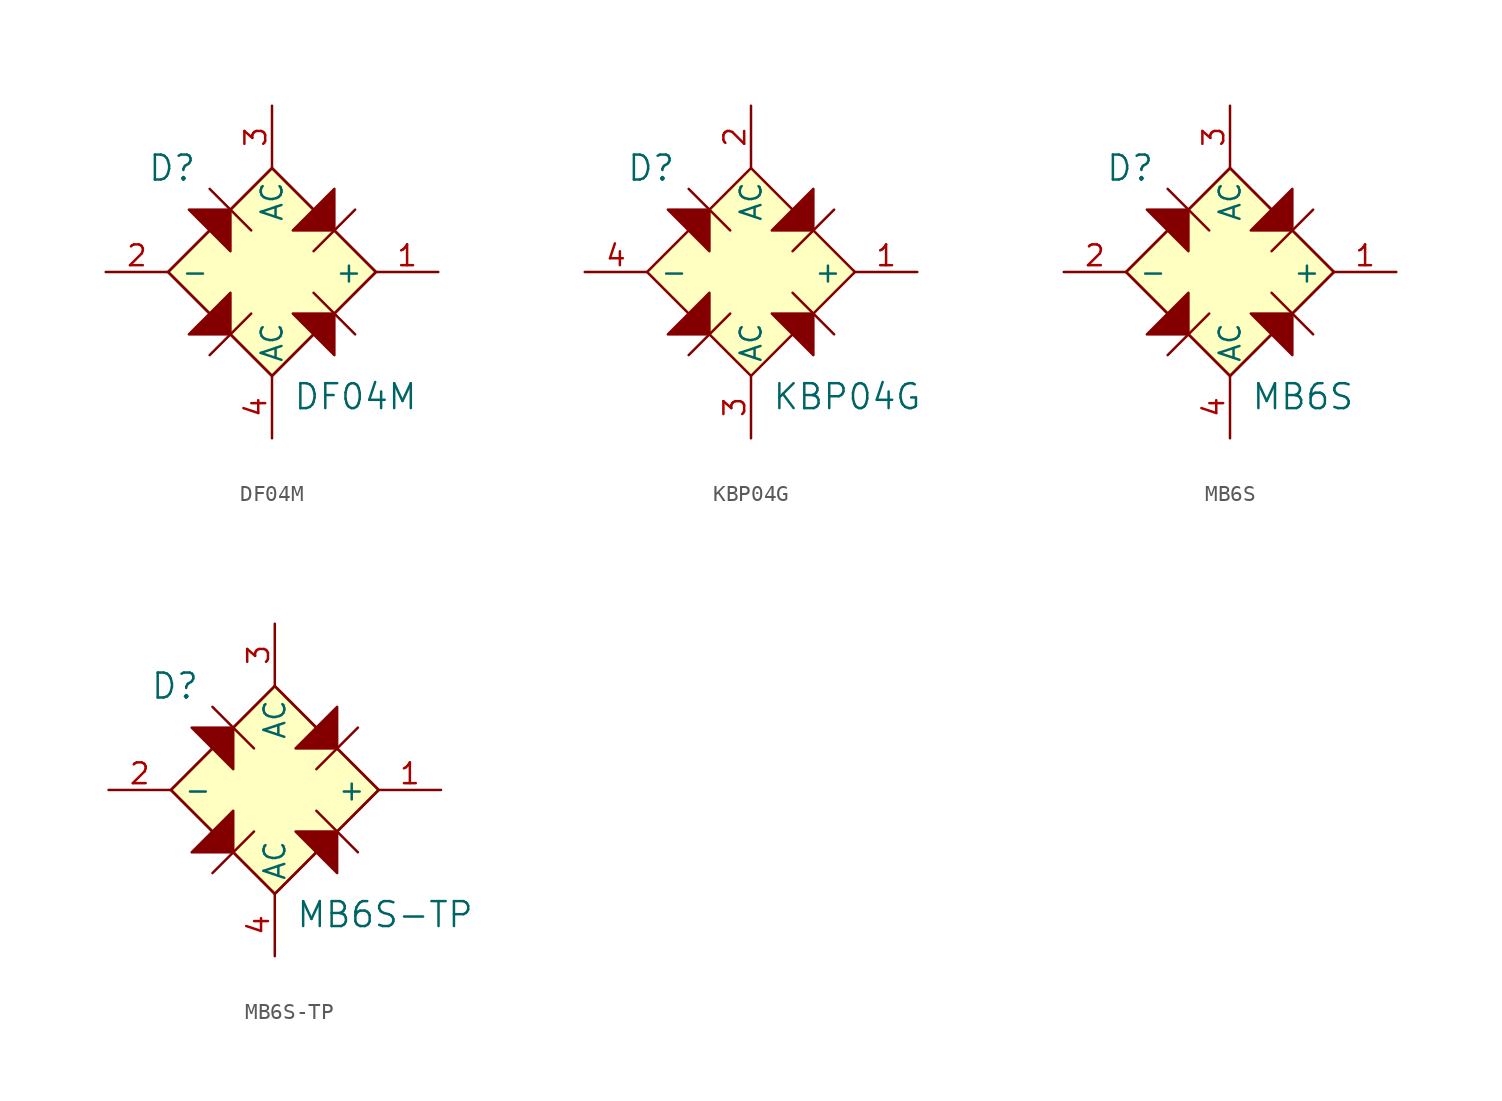
<source format=kicad_sym>
(kicad_symbol_lib
  (version 20211014)
  (generator kicad_symbol_editor)
  (symbol "DF04M"
    (pin_names
      (offset 0.762))
    (property "Reference" "D"
      (at -7.62 6.35 0)
      (effects (font (size 1.524 1.524)) (justify left)))
    (property "Value" "DF04M"
      (at 1.27 -7.62 0)
      (effects (font (size 1.524 1.524)) (justify left)))
    (symbol "DF04M_0_1"
      (polyline (pts (xy -3.81 5.08) (xy -1.27 2.54)) (stroke (width 0) (type default) (color 0 0 0 0)) (fill (type none)))
      (polyline (pts (xy -1.27 -2.54) (xy -3.81 -5.08)) (stroke (width 0) (type default) (color 0 0 0 0)) (fill (type none)))
      (polyline (pts (xy 2.54 -1.27) (xy 5.08 -3.81)) (stroke (width 0) (type default) (color 0 0 0 0)) (fill (type none)))
      (polyline (pts (xy 5.08 3.81) (xy 2.54 1.27)) (stroke (width 0) (type default) (color 0 0 0 0)) (fill (type none)))
      (polyline (pts (xy -3.81 2.54) (xy -6.35 0) (xy -3.81 -2.54)) (stroke (width 0) (type default) (color 0 0 0 0)) (fill (type none)))
      (polyline (pts (xy -2.54 3.81) (xy 0 6.35) (xy 2.54 3.81)) (stroke (width 0) (type default) (color 0 0 0 0)) (fill (type none)))
      (polyline (pts (xy 2.54 -3.81) (xy 0 -6.35) (xy -2.54 -3.81)) (stroke (width 0) (type default) (color 0 0 0 0)) (fill (type none)))
      (polyline (pts (xy 3.81 2.54) (xy 6.35 0) (xy 3.81 -2.54)) (stroke (width 0) (type default) (color 0 0 0 0)) (fill (type none)))
      (polyline (pts (xy -2.54 1.27) (xy -2.54 3.81) (xy -5.08 3.81) (xy -2.54 1.27)) (stroke (width 0) (type default) (color 0 0 0 0)) (fill (type outline)))
      (polyline (pts (xy 1.27 -2.54) (xy 3.81 -2.54) (xy 3.81 -5.08) (xy 1.27 -2.54)) (stroke (width 0) (type default) (color 0 0 0 0)) (fill (type outline)))
      (polyline (pts (xy 1.27 2.54) (xy 3.81 2.54) (xy 3.81 5.08) (xy 1.27 2.54)) (stroke (width 0) (type default) (color 0 0 0 0)) (fill (type outline)))
      (polyline (pts (xy -2.54 -3.81) (xy -2.54 -1.27) (xy -3.81 -2.54) (xy -5.08 -3.81) (xy -2.54 -3.81)) (stroke (width 0) (type default) (color 0 0 0 0)) (fill (type outline)))
      (polyline (pts (xy 0 6.35) (xy 6.35 0) (xy 0 -6.35) (xy -6.35 0) (xy 0 6.35)) (stroke (width 0) (type default) (color 0 0 0 0)) (fill (type background))))
    (symbol "DF04M_1_1"
      (pin power_out line (at 10.16 0 180) (length 3.81) (name "+" (effects (font (size 1.27 1.27)))) (number "1" (effects (font (size 1.27 1.27)))))
      (pin power_out line (at -10.16 0 0) (length 3.81) (name "-" (effects (font (size 1.27 1.27)))) (number "2" (effects (font (size 1.27 1.27)))))
      (pin power_in line (at 0 10.16 270) (length 3.81) (name "AC" (effects (font (size 1.27 1.27)))) (number "3" (effects (font (size 1.27 1.27)))))
      (pin power_in line (at 0 -10.16 90) (length 3.81) (name "AC" (effects (font (size 1.27 1.27)))) (number "4" (effects (font (size 1.27 1.27)))))))
  (symbol "KBP04G"
    (pin_names
      (offset 0.762))
    (property "Reference" "D"
      (at -7.62 6.35 0)
      (effects (font (size 1.524 1.524)) (justify left)))
    (property "Value" "KBP04G"
      (at 1.27 -7.62 0)
      (effects (font (size 1.524 1.524)) (justify left)))
    (symbol "KBP04G_0_1"
      (polyline (pts (xy -3.81 5.08) (xy -1.27 2.54)) (stroke (width 0) (type default) (color 0 0 0 0)) (fill (type none)))
      (polyline (pts (xy -1.27 -2.54) (xy -3.81 -5.08)) (stroke (width 0) (type default) (color 0 0 0 0)) (fill (type none)))
      (polyline (pts (xy 2.54 -1.27) (xy 5.08 -3.81)) (stroke (width 0) (type default) (color 0 0 0 0)) (fill (type none)))
      (polyline (pts (xy 5.08 3.81) (xy 2.54 1.27)) (stroke (width 0) (type default) (color 0 0 0 0)) (fill (type none)))
      (polyline (pts (xy -5.08 -3.81) (xy -2.54 -1.27) (xy -2.54 -3.81) (xy -5.08 -3.81)) (stroke (width 0) (type default) (color 0 0 0 0)) (fill (type outline)))
      (polyline (pts (xy -5.08 3.81) (xy -2.54 1.27) (xy -2.54 3.81) (xy -5.08 3.81)) (stroke (width 0) (type default) (color 0 0 0 0)) (fill (type outline)))
      (polyline (pts (xy 1.27 -2.54) (xy 3.81 -5.08) (xy 3.81 -2.54) (xy 1.27 -2.54)) (stroke (width 0) (type default) (color 0 0 0 0)) (fill (type outline)))
      (polyline (pts (xy 1.27 2.54) (xy 3.81 5.08) (xy 3.81 2.54) (xy 1.27 2.54)) (stroke (width 0) (type default) (color 0 0 0 0)) (fill (type outline)))
      (polyline (pts (xy 0 -6.35) (xy -6.35 0) (xy 0 6.35) (xy 6.35 0) (xy 0 -6.35)) (stroke (width 0) (type default) (color 0 0 0 0)) (fill (type background))))
    (symbol "KBP04G_1_1"
      (pin power_out line (at 10.16 0 180) (length 3.81) (name "+" (effects (font (size 1.27 1.27)))) (number "1" (effects (font (size 1.27 1.27)))))
      (pin power_in line (at 0 10.16 270) (length 3.81) (name "AC" (effects (font (size 1.27 1.27)))) (number "2" (effects (font (size 1.27 1.27)))))
      (pin power_in line (at 0 -10.16 90) (length 3.81) (name "AC" (effects (font (size 1.27 1.27)))) (number "3" (effects (font (size 1.27 1.27)))))
      (pin power_out line (at -10.16 0 0) (length 3.81) (name "-" (effects (font (size 1.27 1.27)))) (number "4" (effects (font (size 1.27 1.27)))))))
  (symbol "MB6S"
    (pin_names
      (offset 0.762))
    (property "Reference" "D"
      (at -7.62 6.35 0)
      (effects (font (size 1.524 1.524)) (justify left)))
    (property "Value" "MB6S"
      (at 1.27 -7.62 0)
      (effects (font (size 1.524 1.524)) (justify left)))
    (symbol "MB6S_0_1"
      (polyline (pts (xy -3.81 5.08) (xy -1.27 2.54)) (stroke (width 0) (type default) (color 0 0 0 0)) (fill (type none)))
      (polyline (pts (xy -1.27 -2.54) (xy -3.81 -5.08)) (stroke (width 0) (type default) (color 0 0 0 0)) (fill (type none)))
      (polyline (pts (xy 2.54 -1.27) (xy 5.08 -3.81)) (stroke (width 0) (type default) (color 0 0 0 0)) (fill (type none)))
      (polyline (pts (xy 5.08 3.81) (xy 2.54 1.27)) (stroke (width 0) (type default) (color 0 0 0 0)) (fill (type none)))
      (polyline (pts (xy -3.81 2.54) (xy -6.35 0) (xy -3.81 -2.54)) (stroke (width 0) (type default) (color 0 0 0 0)) (fill (type none)))
      (polyline (pts (xy -2.54 3.81) (xy 0 6.35) (xy 2.54 3.81)) (stroke (width 0) (type default) (color 0 0 0 0)) (fill (type none)))
      (polyline (pts (xy 2.54 -3.81) (xy 0 -6.35) (xy -2.54 -3.81)) (stroke (width 0) (type default) (color 0 0 0 0)) (fill (type none)))
      (polyline (pts (xy 3.81 2.54) (xy 6.35 0) (xy 3.81 -2.54)) (stroke (width 0) (type default) (color 0 0 0 0)) (fill (type none)))
      (polyline (pts (xy -2.54 1.27) (xy -2.54 3.81) (xy -5.08 3.81) (xy -2.54 1.27)) (stroke (width 0) (type default) (color 0 0 0 0)) (fill (type outline)))
      (polyline (pts (xy 1.27 -2.54) (xy 3.81 -2.54) (xy 3.81 -5.08) (xy 1.27 -2.54)) (stroke (width 0) (type default) (color 0 0 0 0)) (fill (type outline)))
      (polyline (pts (xy 1.27 2.54) (xy 3.81 2.54) (xy 3.81 5.08) (xy 1.27 2.54)) (stroke (width 0) (type default) (color 0 0 0 0)) (fill (type outline)))
      (polyline (pts (xy -2.54 -3.81) (xy -2.54 -1.27) (xy -3.81 -2.54) (xy -5.08 -3.81) (xy -2.54 -3.81)) (stroke (width 0) (type default) (color 0 0 0 0)) (fill (type outline)))
      (polyline (pts (xy 0 6.35) (xy -6.35 0) (xy 0 -6.35) (xy 6.35 0) (xy 0 6.35)) (stroke (width 0) (type default) (color 0 0 0 0)) (fill (type background))))
    (symbol "MB6S_1_1"
      (pin power_out line (at 10.16 0 180) (length 3.81) (name "+" (effects (font (size 1.27 1.27)))) (number "1" (effects (font (size 1.27 1.27)))))
      (pin power_out line (at -10.16 0 0) (length 3.81) (name "-" (effects (font (size 1.27 1.27)))) (number "2" (effects (font (size 1.27 1.27)))))
      (pin power_in line (at 0 10.16 270) (length 3.81) (name "AC" (effects (font (size 1.27 1.27)))) (number "3" (effects (font (size 1.27 1.27)))))
      (pin power_in line (at 0 -10.16 90) (length 3.81) (name "AC" (effects (font (size 1.27 1.27)))) (number "4" (effects (font (size 1.27 1.27)))))))
  (symbol "MB6S-TP"
    (pin_names
      (offset 0.762))
    (property "Reference" "D"
      (at -7.62 6.35 0)
      (effects (font (size 1.524 1.524)) (justify left)))
    (property "Value" "MB6S-TP"
      (at 1.27 -7.62 0)
      (effects (font (size 1.524 1.524)) (justify left)))
    (symbol "MB6S-TP_0_1"
      (polyline (pts (xy -3.81 5.08) (xy -1.27 2.54)) (stroke (width 0) (type default) (color 0 0 0 0)) (fill (type none)))
      (polyline (pts (xy -1.27 -2.54) (xy -3.81 -5.08)) (stroke (width 0) (type default) (color 0 0 0 0)) (fill (type none)))
      (polyline (pts (xy 2.54 -1.27) (xy 5.08 -3.81)) (stroke (width 0) (type default) (color 0 0 0 0)) (fill (type none)))
      (polyline (pts (xy 5.08 3.81) (xy 2.54 1.27)) (stroke (width 0) (type default) (color 0 0 0 0)) (fill (type none)))
      (polyline (pts (xy -3.81 2.54) (xy -6.35 0) (xy -3.81 -2.54)) (stroke (width 0) (type default) (color 0 0 0 0)) (fill (type none)))
      (polyline (pts (xy -2.54 3.81) (xy 0 6.35) (xy 2.54 3.81)) (stroke (width 0) (type default) (color 0 0 0 0)) (fill (type none)))
      (polyline (pts (xy 2.54 -3.81) (xy 0 -6.35) (xy -2.54 -3.81)) (stroke (width 0) (type default) (color 0 0 0 0)) (fill (type none)))
      (polyline (pts (xy 3.81 2.54) (xy 6.35 0) (xy 3.81 -2.54)) (stroke (width 0) (type default) (color 0 0 0 0)) (fill (type none)))
      (polyline (pts (xy -2.54 1.27) (xy -2.54 3.81) (xy -5.08 3.81) (xy -2.54 1.27)) (stroke (width 0) (type default) (color 0 0 0 0)) (fill (type outline)))
      (polyline (pts (xy 1.27 -2.54) (xy 3.81 -2.54) (xy 3.81 -5.08) (xy 1.27 -2.54)) (stroke (width 0) (type default) (color 0 0 0 0)) (fill (type outline)))
      (polyline (pts (xy 1.27 2.54) (xy 3.81 2.54) (xy 3.81 5.08) (xy 1.27 2.54)) (stroke (width 0) (type default) (color 0 0 0 0)) (fill (type outline)))
      (polyline (pts (xy -6.35 0) (xy 0 -6.35) (xy 6.35 0) (xy 0 6.35) (xy -6.35 0)) (stroke (width 0) (type default) (color 0 0 0 0)) (fill (type background)))
      (polyline (pts (xy -2.54 -3.81) (xy -2.54 -1.27) (xy -3.81 -2.54) (xy -5.08 -3.81) (xy -2.54 -3.81)) (stroke (width 0) (type default) (color 0 0 0 0)) (fill (type outline))))
    (symbol "MB6S-TP_1_1"
      (pin power_out line (at 10.16 0 180) (length 3.81) (name "+" (effects (font (size 1.27 1.27)))) (number "1" (effects (font (size 1.27 1.27)))))
      (pin power_out line (at -10.16 0 0) (length 3.81) (name "-" (effects (font (size 1.27 1.27)))) (number "2" (effects (font (size 1.27 1.27)))))
      (pin power_in line (at 0 10.16 270) (length 3.81) (name "AC" (effects (font (size 1.27 1.27)))) (number "3" (effects (font (size 1.27 1.27)))))
      (pin power_in line (at 0 -10.16 90) (length 3.81) (name "AC" (effects (font (size 1.27 1.27)))) (number "4" (effects (font (size 1.27 1.27))))))))
</source>
